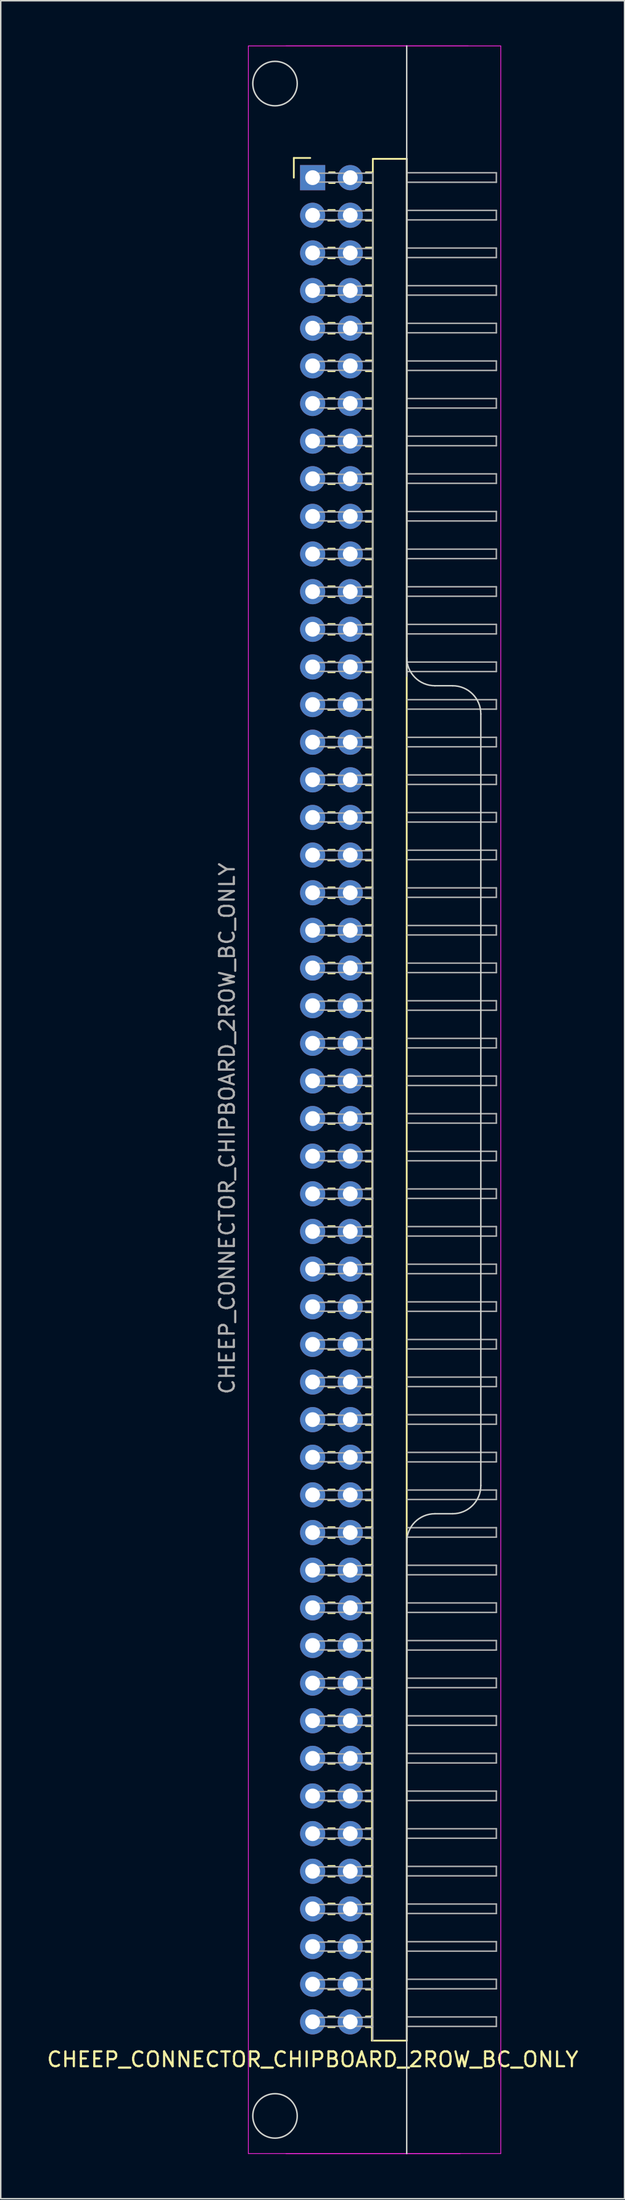
<source format=kicad_pcb>
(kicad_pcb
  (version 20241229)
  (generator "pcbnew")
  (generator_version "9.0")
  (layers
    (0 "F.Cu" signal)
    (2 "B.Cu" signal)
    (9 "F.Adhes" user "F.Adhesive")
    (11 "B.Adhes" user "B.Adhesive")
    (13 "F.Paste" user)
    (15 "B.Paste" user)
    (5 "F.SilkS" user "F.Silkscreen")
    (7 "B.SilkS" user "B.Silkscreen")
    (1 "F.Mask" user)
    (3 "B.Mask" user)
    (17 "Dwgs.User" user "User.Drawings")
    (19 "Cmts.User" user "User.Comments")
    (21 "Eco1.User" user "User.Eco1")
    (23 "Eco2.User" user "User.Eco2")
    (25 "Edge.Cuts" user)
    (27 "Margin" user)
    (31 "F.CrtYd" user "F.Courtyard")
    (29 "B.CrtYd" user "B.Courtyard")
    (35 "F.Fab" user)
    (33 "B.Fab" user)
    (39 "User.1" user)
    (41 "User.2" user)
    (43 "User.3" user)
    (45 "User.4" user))
  (footprint "CHEEP_CONNECTOR_CHIPBOARD_2ROW_BC_ONLY"
    (layer "F.Cu")
    (at 18.054 8.94)
    (property "Reference" "CHEEP_CONNECTOR_CHIPBOARD_2ROW_BC_ONLY" (at 0 127 0) (layer "F.SilkS") (effects (font (size 1 1) (thickness 0.15))))
    (attr through_hole)
    (fp_line (start -1.27 -1.33) (end -1.27 0) (stroke (width 0.12) (type solid)) (layer "F.SilkS"))
    (fp_line (start -0.16 -1.33) (end -1.27 -1.33) (stroke (width 0.12) (type solid)) (layer "F.SilkS"))
    (fp_line (start 1.49 -0.36) (end 1.11 -0.36) (stroke (width 0.12) (type solid)) (layer "F.SilkS"))
    (fp_line (start 1.49 0.36) (end 1.11 0.36) (stroke (width 0.12) (type solid)) (layer "F.SilkS"))
    (fp_line (start 1.49 2.18) (end 1.05 2.18) (stroke (width 0.12) (type solid)) (layer "F.SilkS"))
    (fp_line (start 1.49 2.9) (end 1.05 2.9) (stroke (width 0.12) (type solid)) (layer "F.SilkS"))
    (fp_line (start 1.49 4.72) (end 1.05 4.72) (stroke (width 0.12) (type solid)) (layer "F.SilkS"))
    (fp_line (start 1.49 5.44) (end 1.05 5.44) (stroke (width 0.12) (type solid)) (layer "F.SilkS"))
    (fp_line (start 1.49 7.26) (end 1.05 7.26) (stroke (width 0.12) (type solid)) (layer "F.SilkS"))
    (fp_line (start 1.49 7.98) (end 1.05 7.98) (stroke (width 0.12) (type solid)) (layer "F.SilkS"))
    (fp_line (start 1.49 9.8) (end 1.05 9.8) (stroke (width 0.12) (type solid)) (layer "F.SilkS"))
    (fp_line (start 1.49 10.52) (end 1.05 10.52) (stroke (width 0.12) (type solid)) (layer "F.SilkS"))
    (fp_line (start 1.49 12.34) (end 1.05 12.34) (stroke (width 0.12) (type solid)) (layer "F.SilkS"))
    (fp_line (start 1.49 13.06) (end 1.05 13.06) (stroke (width 0.12) (type solid)) (layer "F.SilkS"))
    (fp_line (start 1.49 14.88) (end 1.05 14.88) (stroke (width 0.12) (type solid)) (layer "F.SilkS"))
    (fp_line (start 1.49 15.6) (end 1.05 15.6) (stroke (width 0.12) (type solid)) (layer "F.SilkS"))
    (fp_line (start 1.49 17.42) (end 1.05 17.42) (stroke (width 0.12) (type solid)) (layer "F.SilkS"))
    (fp_line (start 1.49 18.14) (end 1.05 18.14) (stroke (width 0.12) (type solid)) (layer "F.SilkS"))
    (fp_line (start 1.49 19.96) (end 1.05 19.96) (stroke (width 0.12) (type solid)) (layer "F.SilkS"))
    (fp_line (start 1.49 20.68) (end 1.05 20.68) (stroke (width 0.12) (type solid)) (layer "F.SilkS"))
    (fp_line (start 1.49 22.5) (end 1.05 22.5) (stroke (width 0.12) (type solid)) (layer "F.SilkS"))
    (fp_line (start 1.49 23.22) (end 1.05 23.22) (stroke (width 0.12) (type solid)) (layer "F.SilkS"))
    (fp_line (start 1.49 25.04) (end 1.05 25.04) (stroke (width 0.12) (type solid)) (layer "F.SilkS"))
    (fp_line (start 1.49 25.76) (end 1.05 25.76) (stroke (width 0.12) (type solid)) (layer "F.SilkS"))
    (fp_line (start 1.49 27.58) (end 1.05 27.58) (stroke (width 0.12) (type solid)) (layer "F.SilkS"))
    (fp_line (start 1.49 28.3) (end 1.05 28.3) (stroke (width 0.12) (type solid)) (layer "F.SilkS"))
    (fp_line (start 1.49 30.12) (end 1.05 30.12) (stroke (width 0.12) (type solid)) (layer "F.SilkS"))
    (fp_line (start 1.49 30.84) (end 1.05 30.84) (stroke (width 0.12) (type solid)) (layer "F.SilkS"))
    (fp_line (start 1.49 32.66) (end 1.05 32.66) (stroke (width 0.12) (type solid)) (layer "F.SilkS"))
    (fp_line (start 1.49 33.38) (end 1.05 33.38) (stroke (width 0.12) (type solid)) (layer "F.SilkS"))
    (fp_line (start 1.49 35.2) (end 1.05 35.2) (stroke (width 0.12) (type solid)) (layer "F.SilkS"))
    (fp_line (start 1.49 35.92) (end 1.05 35.92) (stroke (width 0.12) (type solid)) (layer "F.SilkS"))
    (fp_line (start 1.49 37.74) (end 1.05 37.74) (stroke (width 0.12) (type solid)) (layer "F.SilkS"))
    (fp_line (start 1.49 38.46) (end 1.05 38.46) (stroke (width 0.12) (type solid)) (layer "F.SilkS"))
    (fp_line (start 1.49 40.28) (end 1.05 40.28) (stroke (width 0.12) (type solid)) (layer "F.SilkS"))
    (fp_line (start 1.49 41) (end 1.05 41) (stroke (width 0.12) (type solid)) (layer "F.SilkS"))
    (fp_line (start 1.49 42.82) (end 1.05 42.82) (stroke (width 0.12) (type solid)) (layer "F.SilkS"))
    (fp_line (start 1.49 43.54) (end 1.05 43.54) (stroke (width 0.12) (type solid)) (layer "F.SilkS"))
    (fp_line (start 1.49 45.36) (end 1.05 45.36) (stroke (width 0.12) (type solid)) (layer "F.SilkS"))
    (fp_line (start 1.49 46.08) (end 1.05 46.08) (stroke (width 0.12) (type solid)) (layer "F.SilkS"))
    (fp_line (start 1.49 47.9) (end 1.05 47.9) (stroke (width 0.12) (type solid)) (layer "F.SilkS"))
    (fp_line (start 1.49 48.62) (end 1.05 48.62) (stroke (width 0.12) (type solid)) (layer "F.SilkS"))
    (fp_line (start 1.49 50.44) (end 1.05 50.44) (stroke (width 0.12) (type solid)) (layer "F.SilkS"))
    (fp_line (start 1.49 51.16) (end 1.05 51.16) (stroke (width 0.12) (type solid)) (layer "F.SilkS"))
    (fp_line (start 1.49 52.98) (end 1.05 52.98) (stroke (width 0.12) (type solid)) (layer "F.SilkS"))
    (fp_line (start 1.49 53.7) (end 1.05 53.7) (stroke (width 0.12) (type solid)) (layer "F.SilkS"))
    (fp_line (start 1.49 55.52) (end 1.05 55.52) (stroke (width 0.12) (type solid)) (layer "F.SilkS"))
    (fp_line (start 1.49 56.24) (end 1.05 56.24) (stroke (width 0.12) (type solid)) (layer "F.SilkS"))
    (fp_line (start 1.49 58.06) (end 1.05 58.06) (stroke (width 0.12) (type solid)) (layer "F.SilkS"))
    (fp_line (start 1.49 58.78) (end 1.05 58.78) (stroke (width 0.12) (type solid)) (layer "F.SilkS"))
    (fp_line (start 1.49 60.6) (end 1.05 60.6) (stroke (width 0.12) (type solid)) (layer "F.SilkS"))
    (fp_line (start 1.49 61.32) (end 1.05 61.32) (stroke (width 0.12) (type solid)) (layer "F.SilkS"))
    (fp_line (start 1.49 63.14) (end 1.05 63.14) (stroke (width 0.12) (type solid)) (layer "F.SilkS"))
    (fp_line (start 1.49 63.86) (end 1.05 63.86) (stroke (width 0.12) (type solid)) (layer "F.SilkS"))
    (fp_line (start 1.49 65.68) (end 1.05 65.68) (stroke (width 0.12) (type solid)) (layer "F.SilkS"))
    (fp_line (start 1.49 66.4) (end 1.05 66.4) (stroke (width 0.12) (type solid)) (layer "F.SilkS"))
    (fp_line (start 1.49 68.22) (end 1.05 68.22) (stroke (width 0.12) (type solid)) (layer "F.SilkS"))
    (fp_line (start 1.49 68.94) (end 1.05 68.94) (stroke (width 0.12) (type solid)) (layer "F.SilkS"))
    (fp_line (start 1.49 70.76) (end 1.05 70.76) (stroke (width 0.12) (type solid)) (layer "F.SilkS"))
    (fp_line (start 1.49 71.48) (end 1.05 71.48) (stroke (width 0.12) (type solid)) (layer "F.SilkS"))
    (fp_line (start 1.49 73.3) (end 1.05 73.3) (stroke (width 0.12) (type solid)) (layer "F.SilkS"))
    (fp_line (start 1.49 74.02) (end 1.05 74.02) (stroke (width 0.12) (type solid)) (layer "F.SilkS"))
    (fp_line (start 1.49 75.84) (end 1.05 75.84) (stroke (width 0.12) (type solid)) (layer "F.SilkS"))
    (fp_line (start 1.49 76.56) (end 1.05 76.56) (stroke (width 0.12) (type solid)) (layer "F.SilkS"))
    (fp_line (start 1.49 78.38) (end 1.05 78.38) (stroke (width 0.12) (type solid)) (layer "F.SilkS"))
    (fp_line (start 1.49 79.1) (end 1.05 79.1) (stroke (width 0.12) (type solid)) (layer "F.SilkS"))
    (fp_line (start 1.49 80.92) (end 1.05 80.92) (stroke (width 0.12) (type solid)) (layer "F.SilkS"))
    (fp_line (start 1.49 81.64) (end 1.05 81.64) (stroke (width 0.12) (type solid)) (layer "F.SilkS"))
    (fp_line (start 1.49 83.46) (end 1.05 83.46) (stroke (width 0.12) (type solid)) (layer "F.SilkS"))
    (fp_line (start 1.49 84.18) (end 1.05 84.18) (stroke (width 0.12) (type solid)) (layer "F.SilkS"))
    (fp_line (start 1.49 86) (end 1.05 86) (stroke (width 0.12) (type solid)) (layer "F.SilkS"))
    (fp_line (start 1.49 86.72) (end 1.05 86.72) (stroke (width 0.12) (type solid)) (layer "F.SilkS"))
    (fp_line (start 1.49 88.54) (end 1.05 88.54) (stroke (width 0.12) (type solid)) (layer "F.SilkS"))
    (fp_line (start 1.49 89.26) (end 1.05 89.26) (stroke (width 0.12) (type solid)) (layer "F.SilkS"))
    (fp_line (start 1.49 91.08) (end 1.05 91.08) (stroke (width 0.12) (type solid)) (layer "F.SilkS"))
    (fp_line (start 1.49 91.8) (end 1.05 91.8) (stroke (width 0.12) (type solid)) (layer "F.SilkS"))
    (fp_line (start 1.49 93.62) (end 1.05 93.62) (stroke (width 0.12) (type solid)) (layer "F.SilkS"))
    (fp_line (start 1.49 94.34) (end 1.05 94.34) (stroke (width 0.12) (type solid)) (layer "F.SilkS"))
    (fp_line (start 1.49 96.16) (end 1.05 96.16) (stroke (width 0.12) (type solid)) (layer "F.SilkS"))
    (fp_line (start 1.49 96.88) (end 1.05 96.88) (stroke (width 0.12) (type solid)) (layer "F.SilkS"))
    (fp_line (start 1.49 98.7) (end 1.05 98.7) (stroke (width 0.12) (type solid)) (layer "F.SilkS"))
    (fp_line (start 1.49 99.42) (end 1.05 99.42) (stroke (width 0.12) (type solid)) (layer "F.SilkS"))
    (fp_line (start 1.49 101.24) (end 1.05 101.24) (stroke (width 0.12) (type solid)) (layer "F.SilkS"))
    (fp_line (start 1.49 101.96) (end 1.05 101.96) (stroke (width 0.12) (type solid)) (layer "F.SilkS"))
    (fp_line (start 1.49 103.78) (end 1.05 103.78) (stroke (width 0.12) (type solid)) (layer "F.SilkS"))
    (fp_line (start 1.49 104.5) (end 1.05 104.5) (stroke (width 0.12) (type solid)) (layer "F.SilkS"))
    (fp_line (start 1.49 106.32) (end 1.05 106.32) (stroke (width 0.12) (type solid)) (layer "F.SilkS"))
    (fp_line (start 1.49 107.04) (end 1.05 107.04) (stroke (width 0.12) (type solid)) (layer "F.SilkS"))
    (fp_line (start 1.49 108.86) (end 1.05 108.86) (stroke (width 0.12) (type solid)) (layer "F.SilkS"))
    (fp_line (start 1.49 109.58) (end 1.05 109.58) (stroke (width 0.12) (type solid)) (layer "F.SilkS"))
    (fp_line (start 1.49 111.4) (end 1.05 111.4) (stroke (width 0.12) (type solid)) (layer "F.SilkS"))
    (fp_line (start 1.49 112.12) (end 1.05 112.12) (stroke (width 0.12) (type solid)) (layer "F.SilkS"))
    (fp_line (start 1.49 113.94) (end 1.05 113.94) (stroke (width 0.12) (type solid)) (layer "F.SilkS"))
    (fp_line (start 1.49 114.66) (end 1.05 114.66) (stroke (width 0.12) (type solid)) (layer "F.SilkS"))
    (fp_line (start 1.49 116.48) (end 1.05 116.48) (stroke (width 0.12) (type solid)) (layer "F.SilkS"))
    (fp_line (start 1.49 117.2) (end 1.05 117.2) (stroke (width 0.12) (type solid)) (layer "F.SilkS"))
    (fp_line (start 1.49 119.02) (end 1.05 119.02) (stroke (width 0.12) (type solid)) (layer "F.SilkS"))
    (fp_line (start 1.49 119.74) (end 1.05 119.74) (stroke (width 0.12) (type solid)) (layer "F.SilkS"))
    (fp_line (start 1.49 121.56) (end 1.05 121.56) (stroke (width 0.12) (type solid)) (layer "F.SilkS"))
    (fp_line (start 1.49 122.28) (end 1.05 122.28) (stroke (width 0.12) (type solid)) (layer "F.SilkS"))
    (fp_line (start 1.49 124.1) (end 1.05 124.1) (stroke (width 0.12) (type solid)) (layer "F.SilkS"))
    (fp_line (start 1.49 124.82) (end 1.05 124.82) (stroke (width 0.12) (type solid)) (layer "F.SilkS"))
    (fp_line (start 4 -0.36) (end 3.59 -0.36) (stroke (width 0.12) (type solid)) (layer "F.SilkS"))
    (fp_line (start 4 0.36) (end 3.59 0.36) (stroke (width 0.12) (type solid)) (layer "F.SilkS"))
    (fp_line (start 4 2.18) (end 3.59 2.18) (stroke (width 0.12) (type solid)) (layer "F.SilkS"))
    (fp_line (start 4 2.9) (end 3.59 2.9) (stroke (width 0.12) (type solid)) (layer "F.SilkS"))
    (fp_line (start 4 4.72) (end 3.59 4.72) (stroke (width 0.12) (type solid)) (layer "F.SilkS"))
    (fp_line (start 4 5.44) (end 3.59 5.44) (stroke (width 0.12) (type solid)) (layer "F.SilkS"))
    (fp_line (start 4 7.26) (end 3.59 7.26) (stroke (width 0.12) (type solid)) (layer "F.SilkS"))
    (fp_line (start 4 7.98) (end 3.59 7.98) (stroke (width 0.12) (type solid)) (layer "F.SilkS"))
    (fp_line (start 4 9.8) (end 3.59 9.8) (stroke (width 0.12) (type solid)) (layer "F.SilkS"))
    (fp_line (start 4 10.52) (end 3.59 10.52) (stroke (width 0.12) (type solid)) (layer "F.SilkS"))
    (fp_line (start 4 12.34) (end 3.59 12.34) (stroke (width 0.12) (type solid)) (layer "F.SilkS"))
    (fp_line (start 4 13.06) (end 3.59 13.06) (stroke (width 0.12) (type solid)) (layer "F.SilkS"))
    (fp_line (start 4 14.88) (end 3.59 14.88) (stroke (width 0.12) (type solid)) (layer "F.SilkS"))
    (fp_line (start 4 15.6) (end 3.59 15.6) (stroke (width 0.12) (type solid)) (layer "F.SilkS"))
    (fp_line (start 4 17.42) (end 3.59 17.42) (stroke (width 0.12) (type solid)) (layer "F.SilkS"))
    (fp_line (start 4 18.14) (end 3.59 18.14) (stroke (width 0.12) (type solid)) (layer "F.SilkS"))
    (fp_line (start 4 19.96) (end 3.59 19.96) (stroke (width 0.12) (type solid)) (layer "F.SilkS"))
    (fp_line (start 4 20.68) (end 3.59 20.68) (stroke (width 0.12) (type solid)) (layer "F.SilkS"))
    (fp_line (start 4 22.5) (end 3.59 22.5) (stroke (width 0.12) (type solid)) (layer "F.SilkS"))
    (fp_line (start 4 23.22) (end 3.59 23.22) (stroke (width 0.12) (type solid)) (layer "F.SilkS"))
    (fp_line (start 4 25.04) (end 3.59 25.04) (stroke (width 0.12) (type solid)) (layer "F.SilkS"))
    (fp_line (start 4 25.76) (end 3.59 25.76) (stroke (width 0.12) (type solid)) (layer "F.SilkS"))
    (fp_line (start 4 27.58) (end 3.59 27.58) (stroke (width 0.12) (type solid)) (layer "F.SilkS"))
    (fp_line (start 4 28.3) (end 3.59 28.3) (stroke (width 0.12) (type solid)) (layer "F.SilkS"))
    (fp_line (start 4 30.12) (end 3.59 30.12) (stroke (width 0.12) (type solid)) (layer "F.SilkS"))
    (fp_line (start 4 30.84) (end 3.59 30.84) (stroke (width 0.12) (type solid)) (layer "F.SilkS"))
    (fp_line (start 4 32.66) (end 3.59 32.66) (stroke (width 0.12) (type solid)) (layer "F.SilkS"))
    (fp_line (start 4 33.38) (end 3.59 33.38) (stroke (width 0.12) (type solid)) (layer "F.SilkS"))
    (fp_line (start 4 35.2) (end 3.59 35.2) (stroke (width 0.12) (type solid)) (layer "F.SilkS"))
    (fp_line (start 4 35.92) (end 3.59 35.92) (stroke (width 0.12) (type solid)) (layer "F.SilkS"))
    (fp_line (start 4 37.74) (end 3.59 37.74) (stroke (width 0.12) (type solid)) (layer "F.SilkS"))
    (fp_line (start 4 38.46) (end 3.59 38.46) (stroke (width 0.12) (type solid)) (layer "F.SilkS"))
    (fp_line (start 4 40.28) (end 3.59 40.28) (stroke (width 0.12) (type solid)) (layer "F.SilkS"))
    (fp_line (start 4 41) (end 3.59 41) (stroke (width 0.12) (type solid)) (layer "F.SilkS"))
    (fp_line (start 4 42.82) (end 3.59 42.82) (stroke (width 0.12) (type solid)) (layer "F.SilkS"))
    (fp_line (start 4 43.54) (end 3.59 43.54) (stroke (width 0.12) (type solid)) (layer "F.SilkS"))
    (fp_line (start 4 45.36) (end 3.59 45.36) (stroke (width 0.12) (type solid)) (layer "F.SilkS"))
    (fp_line (start 4 46.08) (end 3.59 46.08) (stroke (width 0.12) (type solid)) (layer "F.SilkS"))
    (fp_line (start 4 47.9) (end 3.59 47.9) (stroke (width 0.12) (type solid)) (layer "F.SilkS"))
    (fp_line (start 4 48.62) (end 3.59 48.62) (stroke (width 0.12) (type solid)) (layer "F.SilkS"))
    (fp_line (start 4 50.44) (end 3.59 50.44) (stroke (width 0.12) (type solid)) (layer "F.SilkS"))
    (fp_line (start 4 51.16) (end 3.59 51.16) (stroke (width 0.12) (type solid)) (layer "F.SilkS"))
    (fp_line (start 4 52.98) (end 3.59 52.98) (stroke (width 0.12) (type solid)) (layer "F.SilkS"))
    (fp_line (start 4 53.7) (end 3.59 53.7) (stroke (width 0.12) (type solid)) (layer "F.SilkS"))
    (fp_line (start 4 55.52) (end 3.59 55.52) (stroke (width 0.12) (type solid)) (layer "F.SilkS"))
    (fp_line (start 4 56.24) (end 3.59 56.24) (stroke (width 0.12) (type solid)) (layer "F.SilkS"))
    (fp_line (start 4 58.06) (end 3.59 58.06) (stroke (width 0.12) (type solid)) (layer "F.SilkS"))
    (fp_line (start 4 58.78) (end 3.59 58.78) (stroke (width 0.12) (type solid)) (layer "F.SilkS"))
    (fp_line (start 4 60.6) (end 3.59 60.6) (stroke (width 0.12) (type solid)) (layer "F.SilkS"))
    (fp_line (start 4 61.32) (end 3.59 61.32) (stroke (width 0.12) (type solid)) (layer "F.SilkS"))
    (fp_line (start 4 63.14) (end 3.59 63.14) (stroke (width 0.12) (type solid)) (layer "F.SilkS"))
    (fp_line (start 4 63.86) (end 3.59 63.86) (stroke (width 0.12) (type solid)) (layer "F.SilkS"))
    (fp_line (start 4 65.68) (end 3.59 65.68) (stroke (width 0.12) (type solid)) (layer "F.SilkS"))
    (fp_line (start 4 66.4) (end 3.59 66.4) (stroke (width 0.12) (type solid)) (layer "F.SilkS"))
    (fp_line (start 4 68.22) (end 3.59 68.22) (stroke (width 0.12) (type solid)) (layer "F.SilkS"))
    (fp_line (start 4 68.94) (end 3.59 68.94) (stroke (width 0.12) (type solid)) (layer "F.SilkS"))
    (fp_line (start 4 70.76) (end 3.59 70.76) (stroke (width 0.12) (type solid)) (layer "F.SilkS"))
    (fp_line (start 4 71.48) (end 3.59 71.48) (stroke (width 0.12) (type solid)) (layer "F.SilkS"))
    (fp_line (start 4 73.3) (end 3.59 73.3) (stroke (width 0.12) (type solid)) (layer "F.SilkS"))
    (fp_line (start 4 74.02) (end 3.59 74.02) (stroke (width 0.12) (type solid)) (layer "F.SilkS"))
    (fp_line (start 4 75.84) (end 3.59 75.84) (stroke (width 0.12) (type solid)) (layer "F.SilkS"))
    (fp_line (start 4 76.56) (end 3.59 76.56) (stroke (width 0.12) (type solid)) (layer "F.SilkS"))
    (fp_line (start 4 78.38) (end 3.59 78.38) (stroke (width 0.12) (type solid)) (layer "F.SilkS"))
    (fp_line (start 4 79.1) (end 3.59 79.1) (stroke (width 0.12) (type solid)) (layer "F.SilkS"))
    (fp_line (start 4 80.92) (end 3.59 80.92) (stroke (width 0.12) (type solid)) (layer "F.SilkS"))
    (fp_line (start 4 81.64) (end 3.59 81.64) (stroke (width 0.12) (type solid)) (layer "F.SilkS"))
    (fp_line (start 4 83.46) (end 3.59 83.46) (stroke (width 0.12) (type solid)) (layer "F.SilkS"))
    (fp_line (start 4 84.18) (end 3.59 84.18) (stroke (width 0.12) (type solid)) (layer "F.SilkS"))
    (fp_line (start 4 86) (end 3.59 86) (stroke (width 0.12) (type solid)) (layer "F.SilkS"))
    (fp_line (start 4 86.72) (end 3.59 86.72) (stroke (width 0.12) (type solid)) (layer "F.SilkS"))
    (fp_line (start 4 88.54) (end 3.59 88.54) (stroke (width 0.12) (type solid)) (layer "F.SilkS"))
    (fp_line (start 4 89.26) (end 3.59 89.26) (stroke (width 0.12) (type solid)) (layer "F.SilkS"))
    (fp_line (start 4 91.08) (end 3.59 91.08) (stroke (width 0.12) (type solid)) (layer "F.SilkS"))
    (fp_line (start 4 91.8) (end 3.59 91.8) (stroke (width 0.12) (type solid)) (layer "F.SilkS"))
    (fp_line (start 4 93.62) (end 3.59 93.62) (stroke (width 0.12) (type solid)) (layer "F.SilkS"))
    (fp_line (start 4 94.34) (end 3.59 94.34) (stroke (width 0.12) (type solid)) (layer "F.SilkS"))
    (fp_line (start 4 96.16) (end 3.59 96.16) (stroke (width 0.12) (type solid)) (layer "F.SilkS"))
    (fp_line (start 4 96.88) (end 3.59 96.88) (stroke (width 0.12) (type solid)) (layer "F.SilkS"))
    (fp_line (start 4 98.7) (end 3.59 98.7) (stroke (width 0.12) (type solid)) (layer "F.SilkS"))
    (fp_line (start 4 99.42) (end 3.59 99.42) (stroke (width 0.12) (type solid)) (layer "F.SilkS"))
    (fp_line (start 4 101.24) (end 3.59 101.24) (stroke (width 0.12) (type solid)) (layer "F.SilkS"))
    (fp_line (start 4 101.96) (end 3.59 101.96) (stroke (width 0.12) (type solid)) (layer "F.SilkS"))
    (fp_line (start 4 103.78) (end 3.59 103.78) (stroke (width 0.12) (type solid)) (layer "F.SilkS"))
    (fp_line (start 4 104.5) (end 3.59 104.5) (stroke (width 0.12) (type solid)) (layer "F.SilkS"))
    (fp_line (start 4 106.32) (end 3.59 106.32) (stroke (width 0.12) (type solid)) (layer "F.SilkS"))
    (fp_line (start 4 107.04) (end 3.59 107.04) (stroke (width 0.12) (type solid)) (layer "F.SilkS"))
    (fp_line (start 4 108.86) (end 3.59 108.86) (stroke (width 0.12) (type solid)) (layer "F.SilkS"))
    (fp_line (start 4 109.58) (end 3.59 109.58) (stroke (width 0.12) (type solid)) (layer "F.SilkS"))
    (fp_line (start 4 111.4) (end 3.59 111.4) (stroke (width 0.12) (type solid)) (layer "F.SilkS"))
    (fp_line (start 4 112.12) (end 3.59 112.12) (stroke (width 0.12) (type solid)) (layer "F.SilkS"))
    (fp_line (start 4 113.94) (end 3.59 113.94) (stroke (width 0.12) (type solid)) (layer "F.SilkS"))
    (fp_line (start 4 114.66) (end 3.59 114.66) (stroke (width 0.12) (type solid)) (layer "F.SilkS"))
    (fp_line (start 4 116.48) (end 3.59 116.48) (stroke (width 0.12) (type solid)) (layer "F.SilkS"))
    (fp_line (start 4 117.2) (end 3.59 117.2) (stroke (width 0.12) (type solid)) (layer "F.SilkS"))
    (fp_line (start 4 119.02) (end 3.59 119.02) (stroke (width 0.12) (type solid)) (layer "F.SilkS"))
    (fp_line (start 4 119.74) (end 3.59 119.74) (stroke (width 0.12) (type solid)) (layer "F.SilkS"))
    (fp_line (start 4 121.56) (end 3.59 121.56) (stroke (width 0.12) (type solid)) (layer "F.SilkS"))
    (fp_line (start 4 122.28) (end 3.59 122.28) (stroke (width 0.12) (type solid)) (layer "F.SilkS"))
    (fp_line (start 4 124.1) (end 3.59 124.1) (stroke (width 0.12) (type solid)) (layer "F.SilkS"))
    (fp_line (start 4 124.82) (end 3.59 124.82) (stroke (width 0.12) (type solid)) (layer "F.SilkS"))
    (fp_line (start 4.064 -1.27) (end 4 125.73) (stroke (width 0.12) (type solid)) (layer "F.SilkS"))
    (fp_line (start 6.35 -1.27) (end 4.064 -1.27) (stroke (width 0.12) (type solid)) (layer "F.SilkS"))
    (fp_line (start 6.35 -1.27) (end 6.35 125.73) (stroke (width 0.12) (type solid)) (layer "F.SilkS"))
    (fp_line (start 6.35 125.73) (end 4 125.73) (stroke (width 0.12) (type solid)) (layer "F.SilkS"))
    (fp_line (start 6.35 92.075) (end 6.35 133.35) (stroke (width 0.1) (type default)) (layer "Edge.Cuts"))
    (fp_line (start 6.35 33.655) (end 6.35 -8.89) (stroke (width 0.1) (type default)) (layer "Edge.Cuts"))
    (fp_line (start 8.255 90.17) (end 9.448 90.17) (stroke (width 0.1) (type default)) (layer "Edge.Cuts"))
    (fp_line (start 9.448 34.29) (end 8.255 34.29) (stroke (width 0.1) (type default)) (layer "Edge.Cuts"))
    (fp_line (start 11.353 88.265) (end 11.353 36.195) (stroke (width 0.1) (type default)) (layer "Edge.Cuts"))
    (fp_arc (start 6.35 92.075) (mid 6.907962 90.727961) (end 8.255 90.17) (stroke (width 0.1) (type default)) (layer "Edge.Cuts"))
    (fp_arc (start 8.255001 34.29) (mid 6.907963 33.732038) (end 6.350001 32.385) (stroke (width 0.1) (type default)) (layer "Edge.Cuts"))
    (fp_arc (start 9.447962 34.29) (mid 10.795 34.847962) (end 11.352962 36.195) (stroke (width 0.1) (type default)) (layer "Edge.Cuts"))
    (fp_arc (start 11.352962 88.265) (mid 10.795 89.612039) (end 9.447962 90.17) (stroke (width 0.1) (type default)) (layer "Edge.Cuts"))
    (fp_circle (center -2.54 -6.35) (end -4.04 -6.35) (stroke (width 0.1) (type solid)) (fill no) (layer "Edge.Cuts"))
    (fp_circle (center -2.54 130.81) (end -4.04 130.81) (stroke (width 0.1) (type solid)) (fill no) (layer "Edge.Cuts"))
    (fp_line (start -4.34 -8.89) (end 10.51 -8.89) (stroke (width 0.05) (type solid)) (layer "F.CrtYd"))
    (fp_line (start -4.34 133.35) (end -4.34 -8.89) (stroke (width 0.05) (type solid)) (layer "F.CrtYd"))
    (fp_line (start -1.8 -8.89) (end 12.7 -8.89) (stroke (width 0.05) (type solid)) (layer "F.CrtYd"))
    (fp_line (start 9.965 133.35) (end -4.34 133.35) (stroke (width 0.05) (type solid)) (layer "F.CrtYd"))
    (fp_line (start 12.7 -8.89) (end 12.7 133.35) (stroke (width 0.05) (type solid)) (layer "F.CrtYd"))
    (fp_line (start 12.7 133.35) (end -1.8 133.35) (stroke (width 0.05) (type solid)) (layer "F.CrtYd"))
    (fp_line (start 0 -0.3) (end 4.06 -0.3) (stroke (width 0.1) (type solid)) (layer "F.Fab"))
    (fp_line (start 0 0.3) (end 0 -0.3) (stroke (width 0.1) (type solid)) (layer "F.Fab"))
    (fp_line (start 0 2.24) (end 4.06 2.24) (stroke (width 0.1) (type solid)) (layer "F.Fab"))
    (fp_line (start 0 2.84) (end 0 2.24) (stroke (width 0.1) (type solid)) (layer "F.Fab"))
    (fp_line (start 0 4.78) (end 4.06 4.78) (stroke (width 0.1) (type solid)) (layer "F.Fab"))
    (fp_line (start 0 5.38) (end 0 4.78) (stroke (width 0.1) (type solid)) (layer "F.Fab"))
    (fp_line (start 0 7.32) (end 4.06 7.32) (stroke (width 0.1) (type solid)) (layer "F.Fab"))
    (fp_line (start 0 7.92) (end 0 7.32) (stroke (width 0.1) (type solid)) (layer "F.Fab"))
    (fp_line (start 0 9.86) (end 4.06 9.86) (stroke (width 0.1) (type solid)) (layer "F.Fab"))
    (fp_line (start 0 10.46) (end 0 9.86) (stroke (width 0.1) (type solid)) (layer "F.Fab"))
    (fp_line (start 0 12.4) (end 4.06 12.4) (stroke (width 0.1) (type solid)) (layer "F.Fab"))
    (fp_line (start 0 13) (end 0 12.4) (stroke (width 0.1) (type solid)) (layer "F.Fab"))
    (fp_line (start 0 14.94) (end 4.06 14.94) (stroke (width 0.1) (type solid)) (layer "F.Fab"))
    (fp_line (start 0 15.54) (end 0 14.94) (stroke (width 0.1) (type solid)) (layer "F.Fab"))
    (fp_line (start 0 17.48) (end 4.06 17.48) (stroke (width 0.1) (type solid)) (layer "F.Fab"))
    (fp_line (start 0 18.08) (end 0 17.48) (stroke (width 0.1) (type solid)) (layer "F.Fab"))
    (fp_line (start 0 20.02) (end 4.06 20.02) (stroke (width 0.1) (type solid)) (layer "F.Fab"))
    (fp_line (start 0 20.62) (end 0 20.02) (stroke (width 0.1) (type solid)) (layer "F.Fab"))
    (fp_line (start 0 22.56) (end 4.06 22.56) (stroke (width 0.1) (type solid)) (layer "F.Fab"))
    (fp_line (start 0 23.16) (end 0 22.56) (stroke (width 0.1) (type solid)) (layer "F.Fab"))
    (fp_line (start 0 25.1) (end 4.06 25.1) (stroke (width 0.1) (type solid)) (layer "F.Fab"))
    (fp_line (start 0 25.7) (end 0 25.1) (stroke (width 0.1) (type solid)) (layer "F.Fab"))
    (fp_line (start 0 27.64) (end 4.06 27.64) (stroke (width 0.1) (type solid)) (layer "F.Fab"))
    (fp_line (start 0 28.24) (end 0 27.64) (stroke (width 0.1) (type solid)) (layer "F.Fab"))
    (fp_line (start 0 30.18) (end 4.06 30.18) (stroke (width 0.1) (type solid)) (layer "F.Fab"))
    (fp_line (start 0 30.78) (end 0 30.18) (stroke (width 0.1) (type solid)) (layer "F.Fab"))
    (fp_line (start 0 32.72) (end 4.06 32.72) (stroke (width 0.1) (type solid)) (layer "F.Fab"))
    (fp_line (start 0 33.32) (end 0 32.72) (stroke (width 0.1) (type solid)) (layer "F.Fab"))
    (fp_line (start 0 35.26) (end 4.06 35.26) (stroke (width 0.1) (type solid)) (layer "F.Fab"))
    (fp_line (start 0 35.86) (end 0 35.26) (stroke (width 0.1) (type solid)) (layer "F.Fab"))
    (fp_line (start 0 37.8) (end 4.06 37.8) (stroke (width 0.1) (type solid)) (layer "F.Fab"))
    (fp_line (start 0 38.4) (end 0 37.8) (stroke (width 0.1) (type solid)) (layer "F.Fab"))
    (fp_line (start 0 40.34) (end 4.06 40.34) (stroke (width 0.1) (type solid)) (layer "F.Fab"))
    (fp_line (start 0 40.94) (end 0 40.34) (stroke (width 0.1) (type solid)) (layer "F.Fab"))
    (fp_line (start 0 42.88) (end 4.06 42.88) (stroke (width 0.1) (type solid)) (layer "F.Fab"))
    (fp_line (start 0 43.48) (end 0 42.88) (stroke (width 0.1) (type solid)) (layer "F.Fab"))
    (fp_line (start 0 45.42) (end 4.06 45.42) (stroke (width 0.1) (type solid)) (layer "F.Fab"))
    (fp_line (start 0 46.02) (end 0 45.42) (stroke (width 0.1) (type solid)) (layer "F.Fab"))
    (fp_line (start 0 47.96) (end 4.06 47.96) (stroke (width 0.1) (type solid)) (layer "F.Fab"))
    (fp_line (start 0 48.56) (end 0 47.96) (stroke (width 0.1) (type solid)) (layer "F.Fab"))
    (fp_line (start 0 50.5) (end 4.06 50.5) (stroke (width 0.1) (type solid)) (layer "F.Fab"))
    (fp_line (start 0 51.1) (end 0 50.5) (stroke (width 0.1) (type solid)) (layer "F.Fab"))
    (fp_line (start 0 53.04) (end 4.06 53.04) (stroke (width 0.1) (type solid)) (layer "F.Fab"))
    (fp_line (start 0 53.64) (end 0 53.04) (stroke (width 0.1) (type solid)) (layer "F.Fab"))
    (fp_line (start 0 55.58) (end 4.06 55.58) (stroke (width 0.1) (type solid)) (layer "F.Fab"))
    (fp_line (start 0 56.18) (end 0 55.58) (stroke (width 0.1) (type solid)) (layer "F.Fab"))
    (fp_line (start 0 58.12) (end 4.06 58.12) (stroke (width 0.1) (type solid)) (layer "F.Fab"))
    (fp_line (start 0 58.72) (end 0 58.12) (stroke (width 0.1) (type solid)) (layer "F.Fab"))
    (fp_line (start 0 60.66) (end 4.06 60.66) (stroke (width 0.1) (type solid)) (layer "F.Fab"))
    (fp_line (start 0 61.26) (end 0 60.66) (stroke (width 0.1) (type solid)) (layer "F.Fab"))
    (fp_line (start 0 63.2) (end 4.06 63.2) (stroke (width 0.1) (type solid)) (layer "F.Fab"))
    (fp_line (start 0 63.8) (end 0 63.2) (stroke (width 0.1) (type solid)) (layer "F.Fab"))
    (fp_line (start 0 65.74) (end 4.06 65.74) (stroke (width 0.1) (type solid)) (layer "F.Fab"))
    (fp_line (start 0 66.34) (end 0 65.74) (stroke (width 0.1) (type solid)) (layer "F.Fab"))
    (fp_line (start 0 68.28) (end 4.06 68.28) (stroke (width 0.1) (type solid)) (layer "F.Fab"))
    (fp_line (start 0 68.88) (end 0 68.28) (stroke (width 0.1) (type solid)) (layer "F.Fab"))
    (fp_line (start 0 70.82) (end 4.06 70.82) (stroke (width 0.1) (type solid)) (layer "F.Fab"))
    (fp_line (start 0 71.42) (end 0 70.82) (stroke (width 0.1) (type solid)) (layer "F.Fab"))
    (fp_line (start 0 73.36) (end 4.06 73.36) (stroke (width 0.1) (type solid)) (layer "F.Fab"))
    (fp_line (start 0 73.96) (end 0 73.36) (stroke (width 0.1) (type solid)) (layer "F.Fab"))
    (fp_line (start 0 75.9) (end 4.06 75.9) (stroke (width 0.1) (type solid)) (layer "F.Fab"))
    (fp_line (start 0 76.5) (end 0 75.9) (stroke (width 0.1) (type solid)) (layer "F.Fab"))
    (fp_line (start 0 78.44) (end 4.06 78.44) (stroke (width 0.1) (type solid)) (layer "F.Fab"))
    (fp_line (start 0 79.04) (end 0 78.44) (stroke (width 0.1) (type solid)) (layer "F.Fab"))
    (fp_line (start 0 80.98) (end 4.06 80.98) (stroke (width 0.1) (type solid)) (layer "F.Fab"))
    (fp_line (start 0 81.58) (end 0 80.98) (stroke (width 0.1) (type solid)) (layer "F.Fab"))
    (fp_line (start 0 83.52) (end 4.06 83.52) (stroke (width 0.1) (type solid)) (layer "F.Fab"))
    (fp_line (start 0 84.12) (end 0 83.52) (stroke (width 0.1) (type solid)) (layer "F.Fab"))
    (fp_line (start 0 86.06) (end 4.06 86.06) (stroke (width 0.1) (type solid)) (layer "F.Fab"))
    (fp_line (start 0 86.66) (end 0 86.06) (stroke (width 0.1) (type solid)) (layer "F.Fab"))
    (fp_line (start 0 88.6) (end 4.06 88.6) (stroke (width 0.1) (type solid)) (layer "F.Fab"))
    (fp_line (start 0 89.2) (end 0 88.6) (stroke (width 0.1) (type solid)) (layer "F.Fab"))
    (fp_line (start 0 91.14) (end 4.06 91.14) (stroke (width 0.1) (type solid)) (layer "F.Fab"))
    (fp_line (start 0 91.74) (end 0 91.14) (stroke (width 0.1) (type solid)) (layer "F.Fab"))
    (fp_line (start 0 93.68) (end 4.06 93.68) (stroke (width 0.1) (type solid)) (layer "F.Fab"))
    (fp_line (start 0 94.28) (end 0 93.68) (stroke (width 0.1) (type solid)) (layer "F.Fab"))
    (fp_line (start 0 96.22) (end 4.06 96.22) (stroke (width 0.1) (type solid)) (layer "F.Fab"))
    (fp_line (start 0 96.82) (end 0 96.22) (stroke (width 0.1) (type solid)) (layer "F.Fab"))
    (fp_line (start 0 98.76) (end 4.06 98.76) (stroke (width 0.1) (type solid)) (layer "F.Fab"))
    (fp_line (start 0 99.36) (end 0 98.76) (stroke (width 0.1) (type solid)) (layer "F.Fab"))
    (fp_line (start 0 101.3) (end 4.06 101.3) (stroke (width 0.1) (type solid)) (layer "F.Fab"))
    (fp_line (start 0 101.9) (end 0 101.3) (stroke (width 0.1) (type solid)) (layer "F.Fab"))
    (fp_line (start 0 103.84) (end 4.06 103.84) (stroke (width 0.1) (type solid)) (layer "F.Fab"))
    (fp_line (start 0 104.44) (end 0 103.84) (stroke (width 0.1) (type solid)) (layer "F.Fab"))
    (fp_line (start 0 106.38) (end 4.06 106.38) (stroke (width 0.1) (type solid)) (layer "F.Fab"))
    (fp_line (start 0 106.98) (end 0 106.38) (stroke (width 0.1) (type solid)) (layer "F.Fab"))
    (fp_line (start 0 108.92) (end 4.06 108.92) (stroke (width 0.1) (type solid)) (layer "F.Fab"))
    (fp_line (start 0 109.52) (end 0 108.92) (stroke (width 0.1) (type solid)) (layer "F.Fab"))
    (fp_line (start 0 111.46) (end 4.06 111.46) (stroke (width 0.1) (type solid)) (layer "F.Fab"))
    (fp_line (start 0 112.06) (end 0 111.46) (stroke (width 0.1) (type solid)) (layer "F.Fab"))
    (fp_line (start 0 114) (end 4.06 114) (stroke (width 0.1) (type solid)) (layer "F.Fab"))
    (fp_line (start 0 114.6) (end 0 114) (stroke (width 0.1) (type solid)) (layer "F.Fab"))
    (fp_line (start 0 116.54) (end 4.06 116.54) (stroke (width 0.1) (type solid)) (layer "F.Fab"))
    (fp_line (start 0 117.14) (end 0 116.54) (stroke (width 0.1) (type solid)) (layer "F.Fab"))
    (fp_line (start 0 119.08) (end 4.06 119.08) (stroke (width 0.1) (type solid)) (layer "F.Fab"))
    (fp_line (start 0 119.68) (end 0 119.08) (stroke (width 0.1) (type solid)) (layer "F.Fab"))
    (fp_line (start 0 121.62) (end 4.06 121.62) (stroke (width 0.1) (type solid)) (layer "F.Fab"))
    (fp_line (start 0 122.22) (end 0 121.62) (stroke (width 0.1) (type solid)) (layer "F.Fab"))
    (fp_line (start 0 124.16) (end 4.06 124.16) (stroke (width 0.1) (type solid)) (layer "F.Fab"))
    (fp_line (start 0 124.76) (end 0 124.16) (stroke (width 0.1) (type solid)) (layer "F.Fab"))
    (fp_line (start 4.06 -0.3) (end 4.06 125.73) (stroke (width 0.1) (type solid)) (layer "F.Fab"))
    (fp_line (start 4.06 0.3) (end 0 0.3) (stroke (width 0.1) (type solid)) (layer "F.Fab"))
    (fp_line (start 4.06 2.84) (end 0 2.84) (stroke (width 0.1) (type solid)) (layer "F.Fab"))
    (fp_line (start 4.06 5.38) (end 0 5.38) (stroke (width 0.1) (type solid)) (layer "F.Fab"))
    (fp_line (start 4.06 7.92) (end 0 7.92) (stroke (width 0.1) (type solid)) (layer "F.Fab"))
    (fp_line (start 4.06 10.46) (end 0 10.46) (stroke (width 0.1) (type solid)) (layer "F.Fab"))
    (fp_line (start 4.06 13) (end 0 13) (stroke (width 0.1) (type solid)) (layer "F.Fab"))
    (fp_line (start 4.06 15.54) (end 0 15.54) (stroke (width 0.1) (type solid)) (layer "F.Fab"))
    (fp_line (start 4.06 18.08) (end 0 18.08) (stroke (width 0.1) (type solid)) (layer "F.Fab"))
    (fp_line (start 4.06 20.62) (end 0 20.62) (stroke (width 0.1) (type solid)) (layer "F.Fab"))
    (fp_line (start 4.06 23.16) (end 0 23.16) (stroke (width 0.1) (type solid)) (layer "F.Fab"))
    (fp_line (start 4.06 25.7) (end 0 25.7) (stroke (width 0.1) (type solid)) (layer "F.Fab"))
    (fp_line (start 4.06 28.24) (end 0 28.24) (stroke (width 0.1) (type solid)) (layer "F.Fab"))
    (fp_line (start 4.06 30.78) (end 0 30.78) (stroke (width 0.1) (type solid)) (layer "F.Fab"))
    (fp_line (start 4.06 33.32) (end 0 33.32) (stroke (width 0.1) (type solid)) (layer "F.Fab"))
    (fp_line (start 4.06 35.86) (end 0 35.86) (stroke (width 0.1) (type solid)) (layer "F.Fab"))
    (fp_line (start 4.06 38.4) (end 0 38.4) (stroke (width 0.1) (type solid)) (layer "F.Fab"))
    (fp_line (start 4.06 40.94) (end 0 40.94) (stroke (width 0.1) (type solid)) (layer "F.Fab"))
    (fp_line (start 4.06 43.48) (end 0 43.48) (stroke (width 0.1) (type solid)) (layer "F.Fab"))
    (fp_line (start 4.06 46.02) (end 0 46.02) (stroke (width 0.1) (type solid)) (layer "F.Fab"))
    (fp_line (start 4.06 48.56) (end 0 48.56) (stroke (width 0.1) (type solid)) (layer "F.Fab"))
    (fp_line (start 4.06 51.1) (end 0 51.1) (stroke (width 0.1) (type solid)) (layer "F.Fab"))
    (fp_line (start 4.06 53.64) (end 0 53.64) (stroke (width 0.1) (type solid)) (layer "F.Fab"))
    (fp_line (start 4.06 56.18) (end 0 56.18) (stroke (width 0.1) (type solid)) (layer "F.Fab"))
    (fp_line (start 4.06 58.72) (end 0 58.72) (stroke (width 0.1) (type solid)) (layer "F.Fab"))
    (fp_line (start 4.06 61.26) (end 0 61.26) (stroke (width 0.1) (type solid)) (layer "F.Fab"))
    (fp_line (start 4.06 63.8) (end 0 63.8) (stroke (width 0.1) (type solid)) (layer "F.Fab"))
    (fp_line (start 4.06 66.34) (end 0 66.34) (stroke (width 0.1) (type solid)) (layer "F.Fab"))
    (fp_line (start 4.06 68.88) (end 0 68.88) (stroke (width 0.1) (type solid)) (layer "F.Fab"))
    (fp_line (start 4.06 71.42) (end 0 71.42) (stroke (width 0.1) (type solid)) (layer "F.Fab"))
    (fp_line (start 4.06 73.96) (end 0 73.96) (stroke (width 0.1) (type solid)) (layer "F.Fab"))
    (fp_line (start 4.06 76.5) (end 0 76.5) (stroke (width 0.1) (type solid)) (layer "F.Fab"))
    (fp_line (start 4.06 79.04) (end 0 79.04) (stroke (width 0.1) (type solid)) (layer "F.Fab"))
    (fp_line (start 4.06 81.58) (end 0 81.58) (stroke (width 0.1) (type solid)) (layer "F.Fab"))
    (fp_line (start 4.06 84.12) (end 0 84.12) (stroke (width 0.1) (type solid)) (layer "F.Fab"))
    (fp_line (start 4.06 86.66) (end 0 86.66) (stroke (width 0.1) (type solid)) (layer "F.Fab"))
    (fp_line (start 4.06 89.2) (end 0 89.2) (stroke (width 0.1) (type solid)) (layer "F.Fab"))
    (fp_line (start 4.06 91.74) (end 0 91.74) (stroke (width 0.1) (type solid)) (layer "F.Fab"))
    (fp_line (start 4.06 94.28) (end 0 94.28) (stroke (width 0.1) (type solid)) (layer "F.Fab"))
    (fp_line (start 4.06 96.82) (end 0 96.82) (stroke (width 0.1) (type solid)) (layer "F.Fab"))
    (fp_line (start 4.06 99.36) (end 0 99.36) (stroke (width 0.1) (type solid)) (layer "F.Fab"))
    (fp_line (start 4.06 101.9) (end 0 101.9) (stroke (width 0.1) (type solid)) (layer "F.Fab"))
    (fp_line (start 4.06 104.44) (end 0 104.44) (stroke (width 0.1) (type solid)) (layer "F.Fab"))
    (fp_line (start 4.06 106.98) (end 0 106.98) (stroke (width 0.1) (type solid)) (layer "F.Fab"))
    (fp_line (start 4.06 109.52) (end 0 109.52) (stroke (width 0.1) (type solid)) (layer "F.Fab"))
    (fp_line (start 4.06 112.06) (end 0 112.06) (stroke (width 0.1) (type solid)) (layer "F.Fab"))
    (fp_line (start 4.06 114.6) (end 0 114.6) (stroke (width 0.1) (type solid)) (layer "F.Fab"))
    (fp_line (start 4.06 117.14) (end 0 117.14) (stroke (width 0.1) (type solid)) (layer "F.Fab"))
    (fp_line (start 4.06 119.68) (end 0 119.68) (stroke (width 0.1) (type solid)) (layer "F.Fab"))
    (fp_line (start 4.06 122.22) (end 0 122.22) (stroke (width 0.1) (type solid)) (layer "F.Fab"))
    (fp_line (start 4.06 124.76) (end 0 124.76) (stroke (width 0.1) (type solid)) (layer "F.Fab"))
    (fp_line (start 6.401 -0.33) (end 12.401 -0.33) (stroke (width 0.1) (type solid)) (layer "F.Fab"))
    (fp_line (start 6.401 0.31) (end 12.401 0.31) (stroke (width 0.1) (type solid)) (layer "F.Fab"))
    (fp_line (start 6.401 2.21) (end 12.401 2.21) (stroke (width 0.1) (type solid)) (layer "F.Fab"))
    (fp_line (start 6.401 2.85) (end 12.401 2.85) (stroke (width 0.1) (type solid)) (layer "F.Fab"))
    (fp_line (start 6.401 4.75) (end 12.401 4.75) (stroke (width 0.1) (type solid)) (layer "F.Fab"))
    (fp_line (start 6.401 5.39) (end 12.401 5.39) (stroke (width 0.1) (type solid)) (layer "F.Fab"))
    (fp_line (start 6.401 7.29) (end 12.401 7.29) (stroke (width 0.1) (type solid)) (layer "F.Fab"))
    (fp_line (start 6.401 7.93) (end 12.401 7.93) (stroke (width 0.1) (type solid)) (layer "F.Fab"))
    (fp_line (start 6.401 9.83) (end 12.401 9.83) (stroke (width 0.1) (type solid)) (layer "F.Fab"))
    (fp_line (start 6.401 10.47) (end 12.401 10.47) (stroke (width 0.1) (type solid)) (layer "F.Fab"))
    (fp_line (start 6.401 12.37) (end 12.401 12.37) (stroke (width 0.1) (type solid)) (layer "F.Fab"))
    (fp_line (start 6.401 13.01) (end 12.401 13.01) (stroke (width 0.1) (type solid)) (layer "F.Fab"))
    (fp_line (start 6.401 14.91) (end 12.401 14.91) (stroke (width 0.1) (type solid)) (layer "F.Fab"))
    (fp_line (start 6.401 15.55) (end 12.401 15.55) (stroke (width 0.1) (type solid)) (layer "F.Fab"))
    (fp_line (start 6.401 17.45) (end 12.401 17.45) (stroke (width 0.1) (type solid)) (layer "F.Fab"))
    (fp_line (start 6.401 18.09) (end 12.401 18.09) (stroke (width 0.1) (type solid)) (layer "F.Fab"))
    (fp_line (start 6.401 19.99) (end 12.401 19.99) (stroke (width 0.1) (type solid)) (layer "F.Fab"))
    (fp_line (start 6.401 20.63) (end 12.401 20.63) (stroke (width 0.1) (type solid)) (layer "F.Fab"))
    (fp_line (start 6.401 22.53) (end 12.401 22.53) (stroke (width 0.1) (type solid)) (layer "F.Fab"))
    (fp_line (start 6.401 23.17) (end 12.401 23.17) (stroke (width 0.1) (type solid)) (layer "F.Fab"))
    (fp_line (start 6.401 25.07) (end 12.401 25.07) (stroke (width 0.1) (type solid)) (layer "F.Fab"))
    (fp_line (start 6.401 25.71) (end 12.401 25.71) (stroke (width 0.1) (type solid)) (layer "F.Fab"))
    (fp_line (start 6.401 27.61) (end 12.401 27.61) (stroke (width 0.1) (type solid)) (layer "F.Fab"))
    (fp_line (start 6.401 28.25) (end 12.401 28.25) (stroke (width 0.1) (type solid)) (layer "F.Fab"))
    (fp_line (start 6.401 30.15) (end 12.401 30.15) (stroke (width 0.1) (type solid)) (layer "F.Fab"))
    (fp_line (start 6.401 30.79) (end 12.401 30.79) (stroke (width 0.1) (type solid)) (layer "F.Fab"))
    (fp_line (start 6.401 32.69) (end 12.401 32.69) (stroke (width 0.1) (type solid)) (layer "F.Fab"))
    (fp_line (start 6.401 33.33) (end 12.401 33.33) (stroke (width 0.1) (type solid)) (layer "F.Fab"))
    (fp_line (start 6.401 35.23) (end 12.401 35.23) (stroke (width 0.1) (type solid)) (layer "F.Fab"))
    (fp_line (start 6.401 35.87) (end 12.401 35.87) (stroke (width 0.1) (type solid)) (layer "F.Fab"))
    (fp_line (start 6.401 37.77) (end 12.401 37.77) (stroke (width 0.1) (type solid)) (layer "F.Fab"))
    (fp_line (start 6.401 38.41) (end 12.401 38.41) (stroke (width 0.1) (type solid)) (layer "F.Fab"))
    (fp_line (start 6.401 40.31) (end 12.401 40.31) (stroke (width 0.1) (type solid)) (layer "F.Fab"))
    (fp_line (start 6.401 40.95) (end 12.401 40.95) (stroke (width 0.1) (type solid)) (layer "F.Fab"))
    (fp_line (start 6.401 42.85) (end 12.401 42.85) (stroke (width 0.1) (type solid)) (layer "F.Fab"))
    (fp_line (start 6.401 43.49) (end 12.401 43.49) (stroke (width 0.1) (type solid)) (layer "F.Fab"))
    (fp_line (start 6.401 45.39) (end 12.401 45.39) (stroke (width 0.1) (type solid)) (layer "F.Fab"))
    (fp_line (start 6.401 46.03) (end 12.401 46.03) (stroke (width 0.1) (type solid)) (layer "F.Fab"))
    (fp_line (start 6.401 47.93) (end 12.401 47.93) (stroke (width 0.1) (type solid)) (layer "F.Fab"))
    (fp_line (start 6.401 48.57) (end 12.401 48.57) (stroke (width 0.1) (type solid)) (layer "F.Fab"))
    (fp_line (start 6.401 50.47) (end 12.401 50.47) (stroke (width 0.1) (type solid)) (layer "F.Fab"))
    (fp_line (start 6.401 51.11) (end 12.401 51.11) (stroke (width 0.1) (type solid)) (layer "F.Fab"))
    (fp_line (start 6.401 53.01) (end 12.401 53.01) (stroke (width 0.1) (type solid)) (layer "F.Fab"))
    (fp_line (start 6.401 53.65) (end 12.401 53.65) (stroke (width 0.1) (type solid)) (layer "F.Fab"))
    (fp_line (start 6.401 55.55) (end 12.401 55.55) (stroke (width 0.1) (type solid)) (layer "F.Fab"))
    (fp_line (start 6.401 56.19) (end 12.401 56.19) (stroke (width 0.1) (type solid)) (layer "F.Fab"))
    (fp_line (start 6.401 58.09) (end 12.401 58.09) (stroke (width 0.1) (type solid)) (layer "F.Fab"))
    (fp_line (start 6.401 58.73) (end 12.401 58.73) (stroke (width 0.1) (type solid)) (layer "F.Fab"))
    (fp_line (start 6.401 60.63) (end 12.401 60.63) (stroke (width 0.1) (type solid)) (layer "F.Fab"))
    (fp_line (start 6.401 61.27) (end 12.401 61.27) (stroke (width 0.1) (type solid)) (layer "F.Fab"))
    (fp_line (start 6.401 63.17) (end 12.401 63.17) (stroke (width 0.1) (type solid)) (layer "F.Fab"))
    (fp_line (start 6.401 63.81) (end 12.401 63.81) (stroke (width 0.1) (type solid)) (layer "F.Fab"))
    (fp_line (start 6.401 65.71) (end 12.401 65.71) (stroke (width 0.1) (type solid)) (layer "F.Fab"))
    (fp_line (start 6.401 66.35) (end 12.401 66.35) (stroke (width 0.1) (type solid)) (layer "F.Fab"))
    (fp_line (start 6.401 68.25) (end 12.401 68.25) (stroke (width 0.1) (type solid)) (layer "F.Fab"))
    (fp_line (start 6.401 68.89) (end 12.401 68.89) (stroke (width 0.1) (type solid)) (layer "F.Fab"))
    (fp_line (start 6.401 70.79) (end 12.401 70.79) (stroke (width 0.1) (type solid)) (layer "F.Fab"))
    (fp_line (start 6.401 71.43) (end 12.401 71.43) (stroke (width 0.1) (type solid)) (layer "F.Fab"))
    (fp_line (start 6.401 73.33) (end 12.401 73.33) (stroke (width 0.1) (type solid)) (layer "F.Fab"))
    (fp_line (start 6.401 73.97) (end 12.401 73.97) (stroke (width 0.1) (type solid)) (layer "F.Fab"))
    (fp_line (start 6.401 75.87) (end 12.401 75.87) (stroke (width 0.1) (type solid)) (layer "F.Fab"))
    (fp_line (start 6.401 76.51) (end 12.401 76.51) (stroke (width 0.1) (type solid)) (layer "F.Fab"))
    (fp_line (start 6.401 78.41) (end 12.401 78.41) (stroke (width 0.1) (type solid)) (layer "F.Fab"))
    (fp_line (start 6.401 79.05) (end 12.401 79.05) (stroke (width 0.1) (type solid)) (layer "F.Fab"))
    (fp_line (start 6.401 80.95) (end 12.401 80.95) (stroke (width 0.1) (type solid)) (layer "F.Fab"))
    (fp_line (start 6.401 81.59) (end 12.401 81.59) (stroke (width 0.1) (type solid)) (layer "F.Fab"))
    (fp_line (start 6.401 83.49) (end 12.401 83.49) (stroke (width 0.1) (type solid)) (layer "F.Fab"))
    (fp_line (start 6.401 84.13) (end 12.401 84.13) (stroke (width 0.1) (type solid)) (layer "F.Fab"))
    (fp_line (start 6.401 86.03) (end 12.401 86.03) (stroke (width 0.1) (type solid)) (layer "F.Fab"))
    (fp_line (start 6.401 86.67) (end 12.401 86.67) (stroke (width 0.1) (type solid)) (layer "F.Fab"))
    (fp_line (start 6.401 88.57) (end 12.401 88.57) (stroke (width 0.1) (type solid)) (layer "F.Fab"))
    (fp_line (start 6.401 89.21) (end 12.401 89.21) (stroke (width 0.1) (type solid)) (layer "F.Fab"))
    (fp_line (start 6.401 91.11) (end 12.401 91.11) (stroke (width 0.1) (type solid)) (layer "F.Fab"))
    (fp_line (start 6.401 91.75) (end 12.401 91.75) (stroke (width 0.1) (type solid)) (layer "F.Fab"))
    (fp_line (start 6.401 93.65) (end 12.401 93.65) (stroke (width 0.1) (type solid)) (layer "F.Fab"))
    (fp_line (start 6.401 94.29) (end 12.401 94.29) (stroke (width 0.1) (type solid)) (layer "F.Fab"))
    (fp_line (start 6.401 96.19) (end 12.401 96.19) (stroke (width 0.1) (type solid)) (layer "F.Fab"))
    (fp_line (start 6.401 96.83) (end 12.401 96.83) (stroke (width 0.1) (type solid)) (layer "F.Fab"))
    (fp_line (start 6.401 98.73) (end 12.401 98.73) (stroke (width 0.1) (type solid)) (layer "F.Fab"))
    (fp_line (start 6.401 99.37) (end 12.401 99.37) (stroke (width 0.1) (type solid)) (layer "F.Fab"))
    (fp_line (start 6.401 101.27) (end 12.401 101.27) (stroke (width 0.1) (type solid)) (layer "F.Fab"))
    (fp_line (start 6.401 101.91) (end 12.401 101.91) (stroke (width 0.1) (type solid)) (layer "F.Fab"))
    (fp_line (start 6.401 103.81) (end 12.401 103.81) (stroke (width 0.1) (type solid)) (layer "F.Fab"))
    (fp_line (start 6.401 104.45) (end 12.401 104.45) (stroke (width 0.1) (type solid)) (layer "F.Fab"))
    (fp_line (start 6.401 106.35) (end 12.401 106.35) (stroke (width 0.1) (type solid)) (layer "F.Fab"))
    (fp_line (start 6.401 106.99) (end 12.401 106.99) (stroke (width 0.1) (type solid)) (layer "F.Fab"))
    (fp_line (start 6.401 108.89) (end 12.401 108.89) (stroke (width 0.1) (type solid)) (layer "F.Fab"))
    (fp_line (start 6.401 109.53) (end 12.401 109.53) (stroke (width 0.1) (type solid)) (layer "F.Fab"))
    (fp_line (start 6.401 111.43) (end 12.401 111.43) (stroke (width 0.1) (type solid)) (layer "F.Fab"))
    (fp_line (start 6.401 112.07) (end 12.401 112.07) (stroke (width 0.1) (type solid)) (layer "F.Fab"))
    (fp_line (start 6.401 113.97) (end 12.401 113.97) (stroke (width 0.1) (type solid)) (layer "F.Fab"))
    (fp_line (start 6.401 114.61) (end 12.401 114.61) (stroke (width 0.1) (type solid)) (layer "F.Fab"))
    (fp_line (start 6.401 116.51) (end 12.401 116.51) (stroke (width 0.1) (type solid)) (layer "F.Fab"))
    (fp_line (start 6.401 117.15) (end 12.401 117.15) (stroke (width 0.1) (type solid)) (layer "F.Fab"))
    (fp_line (start 6.401 119.05) (end 12.401 119.05) (stroke (width 0.1) (type solid)) (layer "F.Fab"))
    (fp_line (start 6.401 119.69) (end 12.401 119.69) (stroke (width 0.1) (type solid)) (layer "F.Fab"))
    (fp_line (start 6.401 121.59) (end 12.401 121.59) (stroke (width 0.1) (type solid)) (layer "F.Fab"))
    (fp_line (start 6.401 122.23) (end 12.401 122.23) (stroke (width 0.1) (type solid)) (layer "F.Fab"))
    (fp_line (start 6.401 124.13) (end 12.401 124.13) (stroke (width 0.1) (type solid)) (layer "F.Fab"))
    (fp_line (start 6.401 124.77) (end 12.401 124.77) (stroke (width 0.1) (type solid)) (layer "F.Fab"))
    (fp_line (start 12.401 -0.33) (end 12.401 0.31) (stroke (width 0.1) (type solid)) (layer "F.Fab"))
    (fp_line (start 12.401 2.21) (end 12.401 2.85) (stroke (width 0.1) (type solid)) (layer "F.Fab"))
    (fp_line (start 12.401 4.75) (end 12.401 5.39) (stroke (width 0.1) (type solid)) (layer "F.Fab"))
    (fp_line (start 12.401 7.29) (end 12.401 7.93) (stroke (width 0.1) (type solid)) (layer "F.Fab"))
    (fp_line (start 12.401 9.83) (end 12.401 10.47) (stroke (width 0.1) (type solid)) (layer "F.Fab"))
    (fp_line (start 12.401 12.37) (end 12.401 13.01) (stroke (width 0.1) (type solid)) (layer "F.Fab"))
    (fp_line (start 12.401 14.91) (end 12.401 15.55) (stroke (width 0.1) (type solid)) (layer "F.Fab"))
    (fp_line (start 12.401 17.45) (end 12.401 18.09) (stroke (width 0.1) (type solid)) (layer "F.Fab"))
    (fp_line (start 12.401 19.99) (end 12.401 20.63) (stroke (width 0.1) (type solid)) (layer "F.Fab"))
    (fp_line (start 12.401 22.53) (end 12.401 23.17) (stroke (width 0.1) (type solid)) (layer "F.Fab"))
    (fp_line (start 12.401 25.07) (end 12.401 25.71) (stroke (width 0.1) (type solid)) (layer "F.Fab"))
    (fp_line (start 12.401 27.61) (end 12.401 28.25) (stroke (width 0.1) (type solid)) (layer "F.Fab"))
    (fp_line (start 12.401 30.15) (end 12.401 30.79) (stroke (width 0.1) (type solid)) (layer "F.Fab"))
    (fp_line (start 12.401 32.69) (end 12.401 33.33) (stroke (width 0.1) (type solid)) (layer "F.Fab"))
    (fp_line (start 12.401 35.23) (end 12.401 35.87) (stroke (width 0.1) (type solid)) (layer "F.Fab"))
    (fp_line (start 12.401 37.77) (end 12.401 38.41) (stroke (width 0.1) (type solid)) (layer "F.Fab"))
    (fp_line (start 12.401 40.31) (end 12.401 40.95) (stroke (width 0.1) (type solid)) (layer "F.Fab"))
    (fp_line (start 12.401 42.85) (end 12.401 43.49) (stroke (width 0.1) (type solid)) (layer "F.Fab"))
    (fp_line (start 12.401 45.39) (end 12.401 46.03) (stroke (width 0.1) (type solid)) (layer "F.Fab"))
    (fp_line (start 12.401 47.93) (end 12.401 48.57) (stroke (width 0.1) (type solid)) (layer "F.Fab"))
    (fp_line (start 12.401 50.47) (end 12.401 51.11) (stroke (width 0.1) (type solid)) (layer "F.Fab"))
    (fp_line (start 12.401 53.01) (end 12.401 53.65) (stroke (width 0.1) (type solid)) (layer "F.Fab"))
    (fp_line (start 12.401 55.55) (end 12.401 56.19) (stroke (width 0.1) (type solid)) (layer "F.Fab"))
    (fp_line (start 12.401 58.09) (end 12.401 58.73) (stroke (width 0.1) (type solid)) (layer "F.Fab"))
    (fp_line (start 12.401 60.63) (end 12.401 61.27) (stroke (width 0.1) (type solid)) (layer "F.Fab"))
    (fp_line (start 12.401 63.17) (end 12.401 63.81) (stroke (width 0.1) (type solid)) (layer "F.Fab"))
    (fp_line (start 12.401 65.71) (end 12.401 66.35) (stroke (width 0.1) (type solid)) (layer "F.Fab"))
    (fp_line (start 12.401 68.25) (end 12.401 68.89) (stroke (width 0.1) (type solid)) (layer "F.Fab"))
    (fp_line (start 12.401 70.79) (end 12.401 71.43) (stroke (width 0.1) (type solid)) (layer "F.Fab"))
    (fp_line (start 12.401 73.33) (end 12.401 73.97) (stroke (width 0.1) (type solid)) (layer "F.Fab"))
    (fp_line (start 12.401 75.87) (end 12.401 76.51) (stroke (width 0.1) (type solid)) (layer "F.Fab"))
    (fp_line (start 12.401 78.41) (end 12.401 79.05) (stroke (width 0.1) (type solid)) (layer "F.Fab"))
    (fp_line (start 12.401 80.95) (end 12.401 81.59) (stroke (width 0.1) (type solid)) (layer "F.Fab"))
    (fp_line (start 12.401 83.49) (end 12.401 84.13) (stroke (width 0.1) (type solid)) (layer "F.Fab"))
    (fp_line (start 12.401 86.03) (end 12.401 86.67) (stroke (width 0.1) (type solid)) (layer "F.Fab"))
    (fp_line (start 12.401 88.57) (end 12.401 89.21) (stroke (width 0.1) (type solid)) (layer "F.Fab"))
    (fp_line (start 12.401 91.11) (end 12.401 91.75) (stroke (width 0.1) (type solid)) (layer "F.Fab"))
    (fp_line (start 12.401 93.65) (end 12.401 94.29) (stroke (width 0.1) (type solid)) (layer "F.Fab"))
    (fp_line (start 12.401 96.19) (end 12.401 96.83) (stroke (width 0.1) (type solid)) (layer "F.Fab"))
    (fp_line (start 12.401 98.73) (end 12.401 99.37) (stroke (width 0.1) (type solid)) (layer "F.Fab"))
    (fp_line (start 12.401 101.27) (end 12.401 101.91) (stroke (width 0.1) (type solid)) (layer "F.Fab"))
    (fp_line (start 12.401 103.81) (end 12.401 104.45) (stroke (width 0.1) (type solid)) (layer "F.Fab"))
    (fp_line (start 12.401 106.35) (end 12.401 106.99) (stroke (width 0.1) (type solid)) (layer "F.Fab"))
    (fp_line (start 12.401 108.89) (end 12.401 109.53) (stroke (width 0.1) (type solid)) (layer "F.Fab"))
    (fp_line (start 12.401 111.43) (end 12.401 112.07) (stroke (width 0.1) (type solid)) (layer "F.Fab"))
    (fp_line (start 12.401 113.97) (end 12.401 114.61) (stroke (width 0.1) (type solid)) (layer "F.Fab"))
    (fp_line (start 12.401 116.51) (end 12.401 117.15) (stroke (width 0.1) (type solid)) (layer "F.Fab"))
    (fp_line (start 12.401 119.05) (end 12.401 119.69) (stroke (width 0.1) (type solid)) (layer "F.Fab"))
    (fp_line (start 12.401 121.59) (end 12.401 122.23) (stroke (width 0.1) (type solid)) (layer "F.Fab"))
    (fp_line (start 12.401 124.13) (end 12.401 124.77) (stroke (width 0.1) (type solid)) (layer "F.Fab"))
    (fp_text user "${REFERENCE}" (at -5.775 64.17 90) (layer "F.Fab") (effects (font (size 1 1) (thickness 0.15))))
    (pad "B1" thru_hole rect (at 0 0) (size 1.7 1.7) (drill 1) (layers "*.Cu" "*.Mask"))
    (pad "B2" thru_hole circle (at 0 2.54) (size 1.7 1.7) (drill 1) (layers "*.Cu" "*.Mask"))
    (pad "B3" thru_hole circle (at 0 5.08) (size 1.7 1.7) (drill 1) (layers "*.Cu" "*.Mask"))
    (pad "B4" thru_hole circle (at 0 7.62) (size 1.7 1.7) (drill 1) (layers "*.Cu" "*.Mask"))
    (pad "B5" thru_hole circle (at 0 10.16) (size 1.7 1.7) (drill 1) (layers "*.Cu" "*.Mask"))
    (pad "B6" thru_hole circle (at 0 12.7) (size 1.7 1.7) (drill 1) (layers "*.Cu" "*.Mask"))
    (pad "B7" thru_hole circle (at 0 15.24) (size 1.7 1.7) (drill 1) (layers "*.Cu" "*.Mask"))
    (pad "B8" thru_hole circle (at 0 17.78) (size 1.7 1.7) (drill 1) (layers "*.Cu" "*.Mask"))
    (pad "B9" thru_hole circle (at 0 20.32) (size 1.7 1.7) (drill 1) (layers "*.Cu" "*.Mask"))
    (pad "B10" thru_hole circle (at 0 22.86) (size 1.7 1.7) (drill 1) (layers "*.Cu" "*.Mask"))
    (pad "B11" thru_hole circle (at 0 25.4) (size 1.7 1.7) (drill 1) (layers "*.Cu" "*.Mask"))
    (pad "B12" thru_hole circle (at 0 27.94) (size 1.7 1.7) (drill 1) (layers "*.Cu" "*.Mask"))
    (pad "B13" thru_hole circle (at 0 30.48) (size 1.7 1.7) (drill 1) (layers "*.Cu" "*.Mask"))
    (pad "B14" thru_hole circle (at 0 33.02) (size 1.7 1.7) (drill 1) (layers "*.Cu" "*.Mask"))
    (pad "B15" thru_hole circle (at 0 35.56) (size 1.7 1.7) (drill 1) (layers "*.Cu" "*.Mask"))
    (pad "B16" thru_hole circle (at 0 38.1) (size 1.7 1.7) (drill 1) (layers "*.Cu" "*.Mask"))
    (pad "B17" thru_hole circle (at 0 40.64) (size 1.7 1.7) (drill 1) (layers "*.Cu" "*.Mask"))
    (pad "B18" thru_hole circle (at 0 43.18) (size 1.7 1.7) (drill 1) (layers "*.Cu" "*.Mask"))
    (pad "B19" thru_hole circle (at 0 45.72) (size 1.7 1.7) (drill 1) (layers "*.Cu" "*.Mask"))
    (pad "B20" thru_hole circle (at 0 48.26) (size 1.7 1.7) (drill 1) (layers "*.Cu" "*.Mask"))
    (pad "B21" thru_hole circle (at 0 50.8) (size 1.7 1.7) (drill 1) (layers "*.Cu" "*.Mask"))
    (pad "B22" thru_hole circle (at 0 53.34) (size 1.7 1.7) (drill 1) (layers "*.Cu" "*.Mask"))
    (pad "B23" thru_hole circle (at 0 55.88) (size 1.7 1.7) (drill 1) (layers "*.Cu" "*.Mask"))
    (pad "B24" thru_hole circle (at 0 58.42) (size 1.7 1.7) (drill 1) (layers "*.Cu" "*.Mask"))
    (pad "B25" thru_hole circle (at 0 60.96) (size 1.7 1.7) (drill 1) (layers "*.Cu" "*.Mask"))
    (pad "B26" thru_hole circle (at 0 63.5) (size 1.7 1.7) (drill 1) (layers "*.Cu" "*.Mask"))
    (pad "B27" thru_hole circle (at 0 66.04) (size 1.7 1.7) (drill 1) (layers "*.Cu" "*.Mask"))
    (pad "B28" thru_hole circle (at 0 68.58) (size 1.7 1.7) (drill 1) (layers "*.Cu" "*.Mask"))
    (pad "B29" thru_hole circle (at 0 71.12) (size 1.7 1.7) (drill 1) (layers "*.Cu" "*.Mask"))
    (pad "B30" thru_hole circle (at 0 73.66) (size 1.7 1.7) (drill 1) (layers "*.Cu" "*.Mask"))
    (pad "B31" thru_hole circle (at 0 76.2) (size 1.7 1.7) (drill 1) (layers "*.Cu" "*.Mask"))
    (pad "B32" thru_hole circle (at 0 78.74) (size 1.7 1.7) (drill 1) (layers "*.Cu" "*.Mask"))
    (pad "B33" thru_hole circle (at 0 81.28) (size 1.7 1.7) (drill 1) (layers "*.Cu" "*.Mask"))
    (pad "B34" thru_hole circle (at 0 83.82) (size 1.7 1.7) (drill 1) (layers "*.Cu" "*.Mask"))
    (pad "B35" thru_hole circle (at 0 86.36) (size 1.7 1.7) (drill 1) (layers "*.Cu" "*.Mask"))
    (pad "B36" thru_hole circle (at 0 88.9) (size 1.7 1.7) (drill 1) (layers "*.Cu" "*.Mask"))
    (pad "B37" thru_hole circle (at 0 91.44) (size 1.7 1.7) (drill 1) (layers "*.Cu" "*.Mask"))
    (pad "B38" thru_hole circle (at 0 93.98) (size 1.7 1.7) (drill 1) (layers "*.Cu" "*.Mask"))
    (pad "B39" thru_hole circle (at 0 96.52) (size 1.7 1.7) (drill 1) (layers "*.Cu" "*.Mask"))
    (pad "B40" thru_hole circle (at 0 99.06) (size 1.7 1.7) (drill 1) (layers "*.Cu" "*.Mask"))
    (pad "B41" thru_hole circle (at 0 101.6) (size 1.7 1.7) (drill 1) (layers "*.Cu" "*.Mask"))
    (pad "B42" thru_hole circle (at 0 104.14) (size 1.7 1.7) (drill 1) (layers "*.Cu" "*.Mask"))
    (pad "B43" thru_hole circle (at 0 106.68) (size 1.7 1.7) (drill 1) (layers "*.Cu" "*.Mask"))
    (pad "B44" thru_hole circle (at 0 109.22) (size 1.7 1.7) (drill 1) (layers "*.Cu" "*.Mask"))
    (pad "B45" thru_hole circle (at 0 111.76) (size 1.7 1.7) (drill 1) (layers "*.Cu" "*.Mask"))
    (pad "B46" thru_hole circle (at 0 114.3) (size 1.7 1.7) (drill 1) (layers "*.Cu" "*.Mask"))
    (pad "B47" thru_hole circle (at 0 116.84) (size 1.7 1.7) (drill 1) (layers "*.Cu" "*.Mask"))
    (pad "B48" thru_hole circle (at 0 119.38) (size 1.7 1.7) (drill 1) (layers "*.Cu" "*.Mask"))
    (pad "B49" thru_hole circle (at 0 121.92) (size 1.7 1.7) (drill 1) (layers "*.Cu" "*.Mask"))
    (pad "B50" thru_hole circle (at 0 124.46) (size 1.7 1.7) (drill 1) (layers "*.Cu" "*.Mask"))
    (pad "C1" thru_hole circle (at 2.54 0) (size 1.7 1.7) (drill 1) (layers "*.Cu" "*.Mask"))
    (pad "C2" thru_hole circle (at 2.54 2.54) (size 1.7 1.7) (drill 1) (layers "*.Cu" "*.Mask"))
    (pad "C3" thru_hole circle (at 2.54 5.08) (size 1.7 1.7) (drill 1) (layers "*.Cu" "*.Mask"))
    (pad "C4" thru_hole circle (at 2.54 7.62) (size 1.7 1.7) (drill 1) (layers "*.Cu" "*.Mask"))
    (pad "C5" thru_hole circle (at 2.54 10.16) (size 1.7 1.7) (drill 1) (layers "*.Cu" "*.Mask"))
    (pad "C6" thru_hole circle (at 2.54 12.7) (size 1.7 1.7) (drill 1) (layers "*.Cu" "*.Mask"))
    (pad "C7" thru_hole circle (at 2.54 15.24) (size 1.7 1.7) (drill 1) (layers "*.Cu" "*.Mask"))
    (pad "C8" thru_hole circle (at 2.54 17.78) (size 1.7 1.7) (drill 1) (layers "*.Cu" "*.Mask"))
    (pad "C9" thru_hole circle (at 2.54 20.32) (size 1.7 1.7) (drill 1) (layers "*.Cu" "*.Mask"))
    (pad "C10" thru_hole circle (at 2.54 22.86) (size 1.7 1.7) (drill 1) (layers "*.Cu" "*.Mask"))
    (pad "C11" thru_hole circle (at 2.54 25.4) (size 1.7 1.7) (drill 1) (layers "*.Cu" "*.Mask"))
    (pad "C12" thru_hole circle (at 2.54 27.94) (size 1.7 1.7) (drill 1) (layers "*.Cu" "*.Mask"))
    (pad "C13" thru_hole circle (at 2.54 30.48) (size 1.7 1.7) (drill 1) (layers "*.Cu" "*.Mask"))
    (pad "C14" thru_hole circle (at 2.54 33.02) (size 1.7 1.7) (drill 1) (layers "*.Cu" "*.Mask"))
    (pad "C15" thru_hole circle (at 2.54 35.56) (size 1.7 1.7) (drill 1) (layers "*.Cu" "*.Mask"))
    (pad "C16" thru_hole circle (at 2.54 38.1) (size 1.7 1.7) (drill 1) (layers "*.Cu" "*.Mask"))
    (pad "C17" thru_hole circle (at 2.54 40.64) (size 1.7 1.7) (drill 1) (layers "*.Cu" "*.Mask"))
    (pad "C18" thru_hole circle (at 2.54 43.18) (size 1.7 1.7) (drill 1) (layers "*.Cu" "*.Mask"))
    (pad "C19" thru_hole circle (at 2.54 45.72) (size 1.7 1.7) (drill 1) (layers "*.Cu" "*.Mask"))
    (pad "C20" thru_hole circle (at 2.54 48.26) (size 1.7 1.7) (drill 1) (layers "*.Cu" "*.Mask"))
    (pad "C21" thru_hole circle (at 2.54 50.8) (size 1.7 1.7) (drill 1) (layers "*.Cu" "*.Mask"))
    (pad "C22" thru_hole circle (at 2.54 53.34) (size 1.7 1.7) (drill 1) (layers "*.Cu" "*.Mask"))
    (pad "C23" thru_hole circle (at 2.54 55.88) (size 1.7 1.7) (drill 1) (layers "*.Cu" "*.Mask"))
    (pad "C24" thru_hole circle (at 2.54 58.42) (size 1.7 1.7) (drill 1) (layers "*.Cu" "*.Mask"))
    (pad "C25" thru_hole circle (at 2.54 60.96) (size 1.7 1.7) (drill 1) (layers "*.Cu" "*.Mask"))
    (pad "C26" thru_hole circle (at 2.54 63.5) (size 1.7 1.7) (drill 1) (layers "*.Cu" "*.Mask"))
    (pad "C27" thru_hole circle (at 2.54 66.04) (size 1.7 1.7) (drill 1) (layers "*.Cu" "*.Mask"))
    (pad "C28" thru_hole circle (at 2.54 68.58) (size 1.7 1.7) (drill 1) (layers "*.Cu" "*.Mask"))
    (pad "C29" thru_hole circle (at 2.54 71.12) (size 1.7 1.7) (drill 1) (layers "*.Cu" "*.Mask"))
    (pad "C30" thru_hole circle (at 2.54 73.66) (size 1.7 1.7) (drill 1) (layers "*.Cu" "*.Mask"))
    (pad "C31" thru_hole circle (at 2.54 76.2) (size 1.7 1.7) (drill 1) (layers "*.Cu" "*.Mask"))
    (pad "C32" thru_hole circle (at 2.54 78.74) (size 1.7 1.7) (drill 1) (layers "*.Cu" "*.Mask"))
    (pad "C33" thru_hole circle (at 2.54 81.28) (size 1.7 1.7) (drill 1) (layers "*.Cu" "*.Mask"))
    (pad "C34" thru_hole circle (at 2.54 83.82) (size 1.7 1.7) (drill 1) (layers "*.Cu" "*.Mask"))
    (pad "C35" thru_hole circle (at 2.54 86.36) (size 1.7 1.7) (drill 1) (layers "*.Cu" "*.Mask"))
    (pad "C36" thru_hole circle (at 2.54 88.9) (size 1.7 1.7) (drill 1) (layers "*.Cu" "*.Mask"))
    (pad "C37" thru_hole circle (at 2.54 91.44) (size 1.7 1.7) (drill 1) (layers "*.Cu" "*.Mask"))
    (pad "C38" thru_hole circle (at 2.54 93.98) (size 1.7 1.7) (drill 1) (layers "*.Cu" "*.Mask"))
    (pad "C39" thru_hole circle (at 2.54 96.52) (size 1.7 1.7) (drill 1) (layers "*.Cu" "*.Mask"))
    (pad "C40" thru_hole circle (at 2.54 99.06) (size 1.7 1.7) (drill 1) (layers "*.Cu" "*.Mask"))
    (pad "C41" thru_hole circle (at 2.54 101.6) (size 1.7 1.7) (drill 1) (layers "*.Cu" "*.Mask"))
    (pad "C42" thru_hole circle (at 2.54 104.14) (size 1.7 1.7) (drill 1) (layers "*.Cu" "*.Mask"))
    (pad "C43" thru_hole circle (at 2.54 106.68) (size 1.7 1.7) (drill 1) (layers "*.Cu" "*.Mask"))
    (pad "C44" thru_hole circle (at 2.54 109.22) (size 1.7 1.7) (drill 1) (layers "*.Cu" "*.Mask"))
    (pad "C45" thru_hole circle (at 2.54 111.76) (size 1.7 1.7) (drill 1) (layers "*.Cu" "*.Mask"))
    (pad "C46" thru_hole circle (at 2.54 114.3) (size 1.7 1.7) (drill 1) (layers "*.Cu" "*.Mask"))
    (pad "C47" thru_hole circle (at 2.54 116.84) (size 1.7 1.7) (drill 1) (layers "*.Cu" "*.Mask"))
    (pad "C48" thru_hole circle (at 2.54 119.38) (size 1.7 1.7) (drill 1) (layers "*.Cu" "*.Mask"))
    (pad "C49" thru_hole circle (at 2.54 121.92) (size 1.7 1.7) (drill 1) (layers "*.Cu" "*.Mask"))
    (pad "C50" thru_hole circle (at 2.54 124.46) (size 1.7 1.7) (drill 1) (layers "*.Cu" "*.Mask")))
  (gr_rect
    (start -3 -3)
    (end 39.107 145.34)
    (stroke (width 0.1) (type default))
    (fill no)
    (layer "Edge.Cuts")))
</source>
